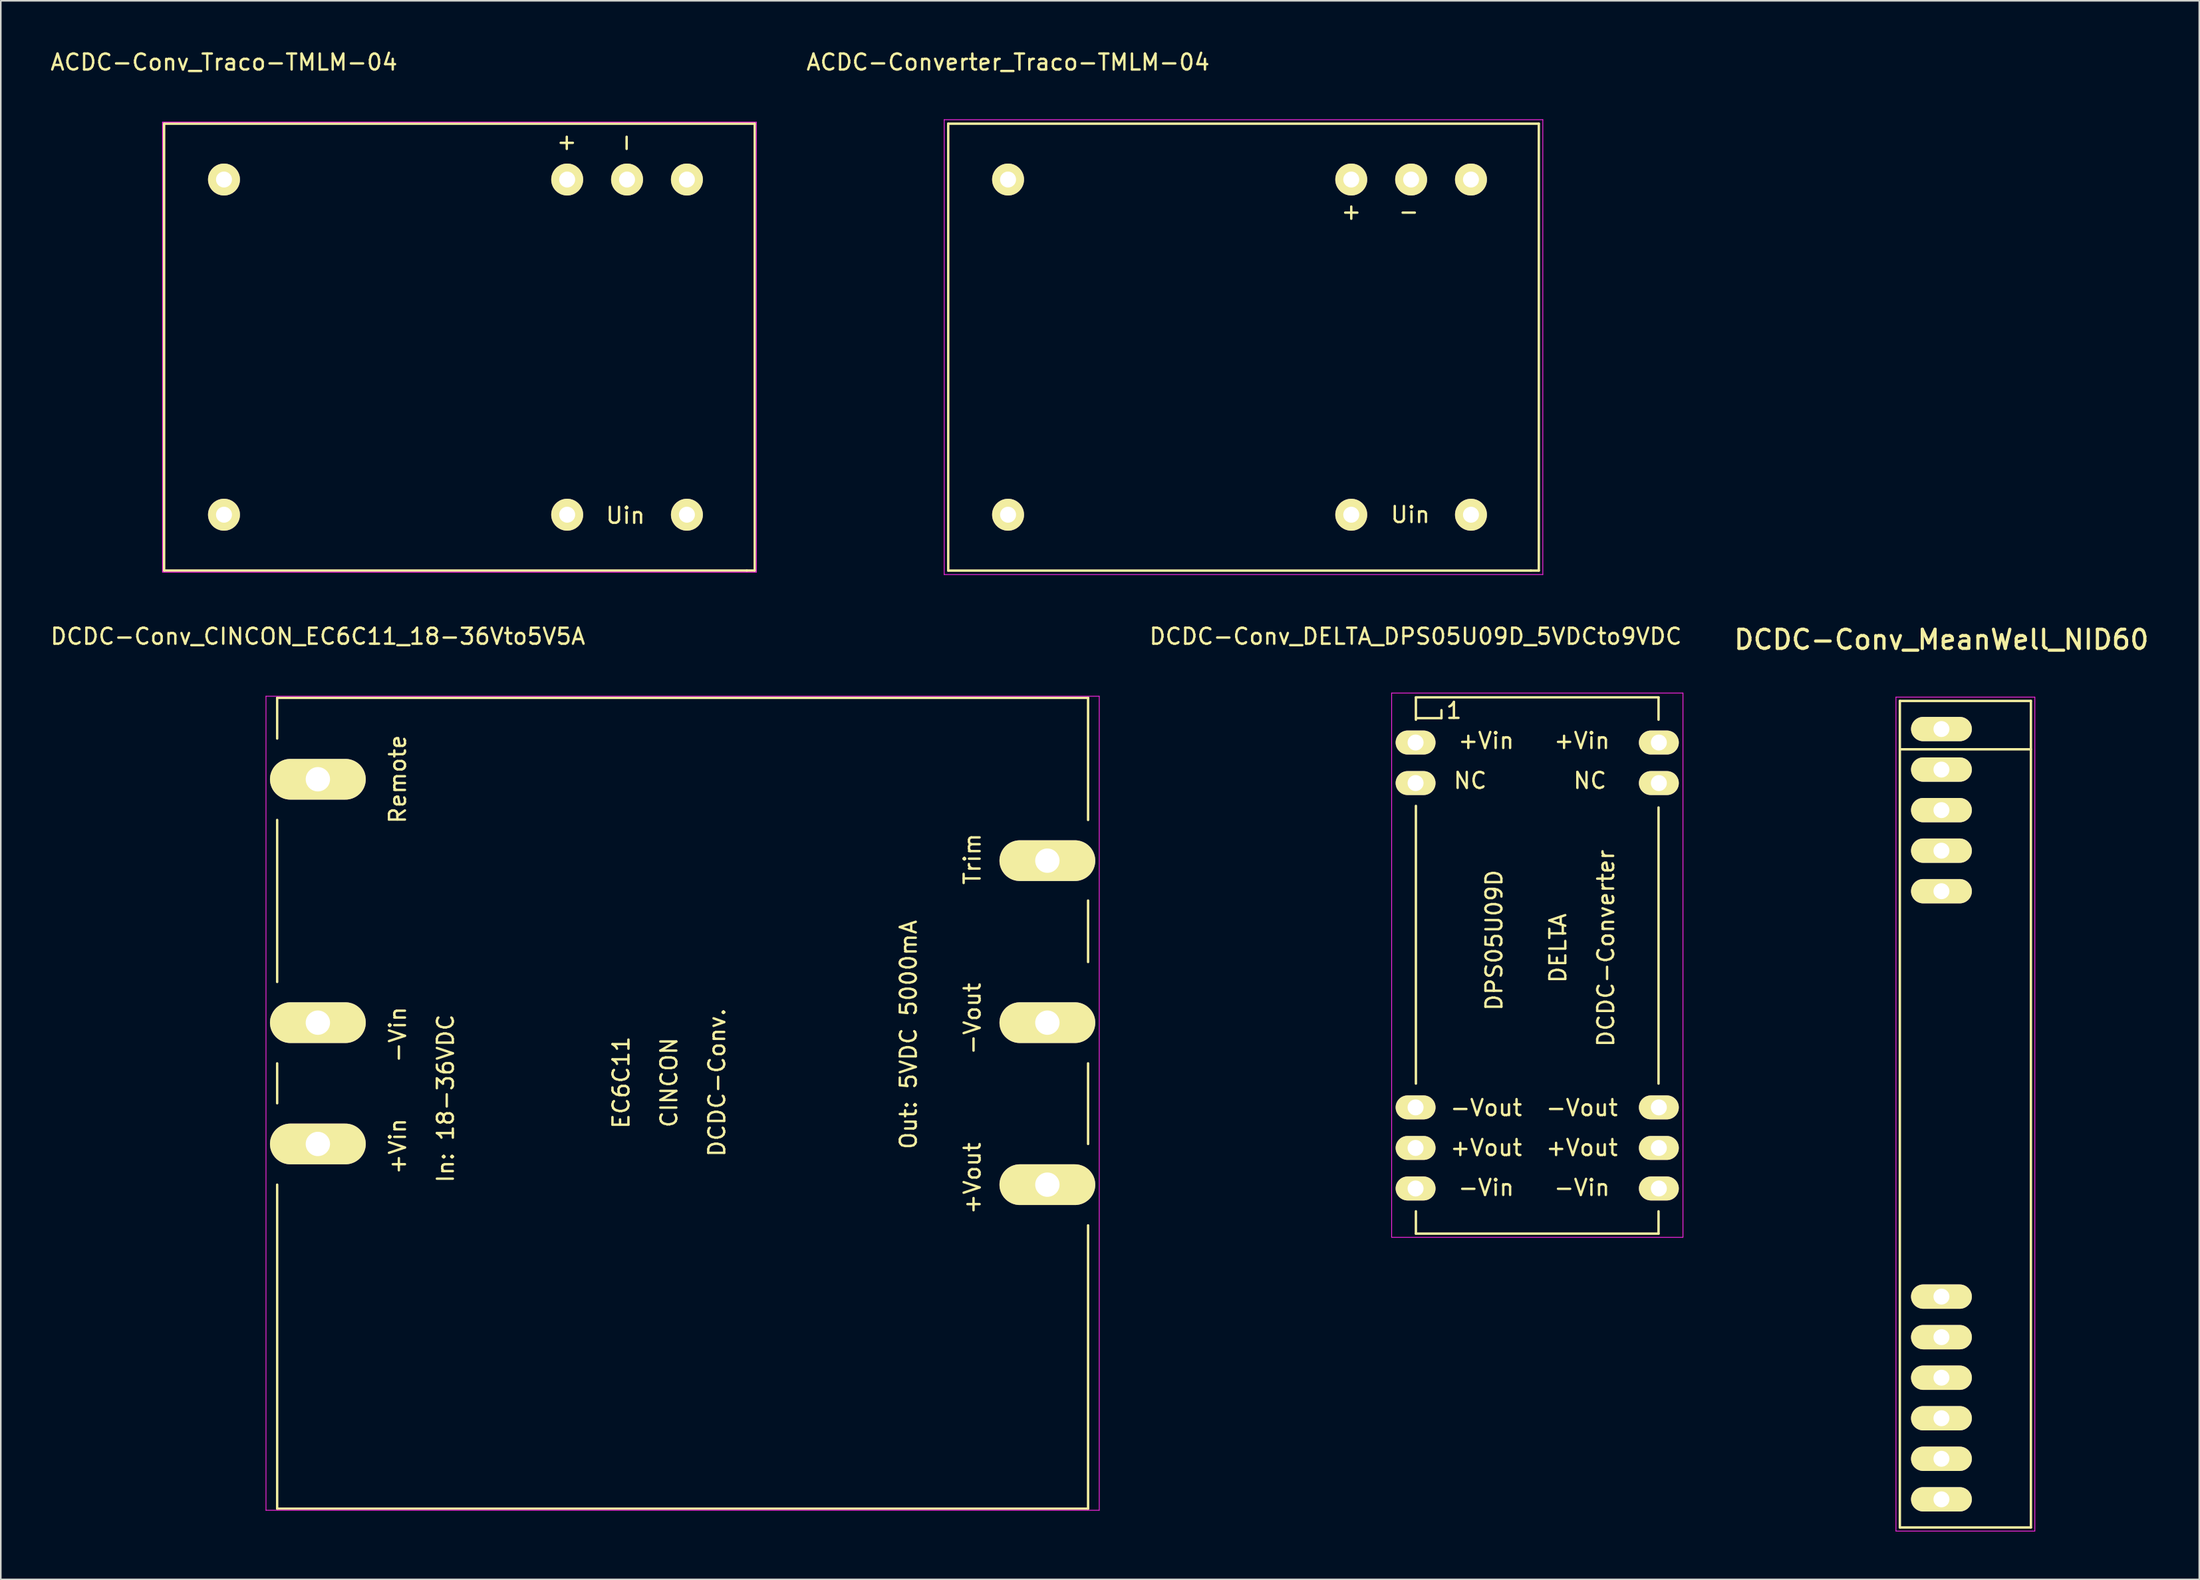
<source format=kicad_pcb>
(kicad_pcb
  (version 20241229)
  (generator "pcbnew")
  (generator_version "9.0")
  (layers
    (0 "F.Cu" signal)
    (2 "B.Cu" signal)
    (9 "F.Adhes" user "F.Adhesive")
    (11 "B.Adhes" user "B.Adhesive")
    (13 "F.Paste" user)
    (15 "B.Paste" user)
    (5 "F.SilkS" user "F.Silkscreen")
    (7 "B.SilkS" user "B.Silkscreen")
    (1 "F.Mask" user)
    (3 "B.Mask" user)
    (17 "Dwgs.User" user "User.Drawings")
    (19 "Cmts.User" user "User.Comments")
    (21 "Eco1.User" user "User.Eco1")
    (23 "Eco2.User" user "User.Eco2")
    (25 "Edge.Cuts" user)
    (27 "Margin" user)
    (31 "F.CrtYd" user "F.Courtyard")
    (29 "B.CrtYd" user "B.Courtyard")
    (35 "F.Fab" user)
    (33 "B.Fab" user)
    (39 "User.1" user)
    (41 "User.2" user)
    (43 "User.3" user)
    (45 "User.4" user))
  (footprint "ACDC-Converter_Traco-TMLM-04"
    (layer "F.Cu")
    (at 60.101 8.198)
    (property "Reference" "ACDC-Converter_Traco-TMLM-04" (at 0 -7.35 0) (layer "F.SilkS") (effects (font (size 1 1) (thickness 0.15))))
    (attr through_hole)
    (fp_line (start -3.749 -3.5) (end -3.749 24.501) (stroke (width 0.15) (type solid)) (layer "F.SilkS"))
    (fp_line (start -3.749 24.501) (end 32.751 24.501) (stroke (width 0.15) (type solid)) (layer "F.SilkS"))
    (fp_line (start 32.751 24.501) (end 33.249 24.501) (stroke (width 0.15) (type solid)) (layer "F.SilkS"))
    (fp_line (start 33.249 -3.5) (end -3.749 -3.5) (stroke (width 0.15) (type solid)) (layer "F.SilkS"))
    (fp_line (start 33.249 24.501) (end 33.249 -3.5) (stroke (width 0.15) (type solid)) (layer "F.SilkS"))
    (fp_line (start -4 -3.75) (end -4 24.75) (stroke (width 0.05) (type solid)) (layer "F.CrtYd"))
    (fp_line (start -4 -3.75) (end 33.5 -3.75) (stroke (width 0.05) (type solid)) (layer "F.CrtYd"))
    (fp_line (start -4 24.75) (end 33.5 24.75) (stroke (width 0.05) (type solid)) (layer "F.CrtYd"))
    (fp_line (start 33.5 -3.75) (end 33.5 24.75) (stroke (width 0.05) (type solid)) (layer "F.CrtYd"))
    (fp_text user "Uin" (at 25.2 21 0) (layer "F.SilkS") (effects (font (size 1 1) (thickness 0.15))))
    (fp_text user "+" (at 21.5 2 0) (layer "F.SilkS") (effects (font (size 1 1) (thickness 0.15))))
    (fp_text user "-" (at 25.1 2 0) (layer "F.SilkS") (effects (font (size 1 1) (thickness 0.15))))
    (pad "1" thru_hole circle (at 0 0) (size 1.999 1.999) (drill 1.001) (layers "*.Cu" "*.Mask" "F.SilkS"))
    (pad "2" thru_hole circle (at 21.499 0) (size 1.999 1.999) (drill 1.001) (layers "*.Cu" "*.Mask" "F.SilkS"))
    (pad "3" thru_hole circle (at 25.25 0) (size 1.999 1.999) (drill 1.001) (layers "*.Cu" "*.Mask" "F.SilkS"))
    (pad "4" thru_hole circle (at 28.999 0) (size 1.999 1.999) (drill 1.001) (layers "*.Cu" "*.Mask" "F.SilkS"))
    (pad "5" thru_hole circle (at 28.999 21.001) (size 1.999 1.999) (drill 1.001) (layers "*.Cu" "*.Mask" "F.SilkS"))
    (pad "6" thru_hole circle (at 21.499 21.001) (size 1.999 1.999) (drill 1.001) (layers "*.Cu" "*.Mask" "F.SilkS"))
    (pad "7" thru_hole circle (at 0 21.001) (size 1.999 1.999) (drill 1.001) (layers "*.Cu" "*.Mask" "F.SilkS")))
  (footprint "DCDC-Conv_DELTA_DPS05U09D_5VDCto9VDC"
    (layer "F.Cu")
    (at 85.63 43.471)
    (property "Reference" "DCDC-Conv_DELTA_DPS05U09D_5VDCto9VDC" (at 0 -6.65 0) (layer "F.SilkS") (effects (font (size 1 1) (thickness 0.15))))
    (attr through_hole)
    (fp_line (start 0.02 -1.43) (end 0.02 -2.83) (stroke (width 0.15) (type solid)) (layer "F.SilkS"))
    (fp_line (start 0.02 21.369) (end 0.02 3.97) (stroke (width 0.15) (type solid)) (layer "F.SilkS"))
    (fp_line (start 0.02 30.77) (end 0.02 29.37) (stroke (width 0.15) (type solid)) (layer "F.SilkS"))
    (fp_line (start 0.02 30.77) (end 15.22 30.77) (stroke (width 0.15) (type solid)) (layer "F.SilkS"))
    (fp_line (start 1.621 -2.03) (end 1.621 -1.529) (stroke (width 0.15) (type solid)) (layer "F.SilkS"))
    (fp_line (start 1.621 -1.529) (end 0.119 -1.529) (stroke (width 0.15) (type solid)) (layer "F.SilkS"))
    (fp_line (start 9.221 11.47) (end 9.221 11.97) (stroke (width 0.15) (type solid)) (layer "F.SilkS"))
    (fp_line (start 15.22 -2.83) (end 0.02 -2.83) (stroke (width 0.15) (type solid)) (layer "F.SilkS"))
    (fp_line (start 15.22 -2.83) (end 15.22 -1.43) (stroke (width 0.15) (type solid)) (layer "F.SilkS"))
    (fp_line (start 15.22 4.069) (end 15.22 21.369) (stroke (width 0.15) (type solid)) (layer "F.SilkS"))
    (fp_line (start 15.22 29.37) (end 15.22 30.77) (stroke (width 0.15) (type solid)) (layer "F.SilkS"))
    (fp_line (start -1.5 -3.1) (end -1.5 31) (stroke (width 0.05) (type solid)) (layer "F.CrtYd"))
    (fp_line (start -1.5 -3.1) (end 16.75 -3.1) (stroke (width 0.05) (type solid)) (layer "F.CrtYd"))
    (fp_line (start -1.5 31) (end 16.75 31) (stroke (width 0.05) (type solid)) (layer "F.CrtYd"))
    (fp_line (start 16.75 -3.1) (end 16.75 31) (stroke (width 0.05) (type solid)) (layer "F.CrtYd"))
    (fp_text user "DCDC-Converter" (at 11.922 12.885 270) (layer "F.SilkS") (effects (font (size 1 1) (thickness 0.15))))
    (fp_text user "-Vout" (at 10.421 22.885 0) (layer "F.SilkS") (effects (font (size 1 1) (thickness 0.15))))
    (fp_text user "DELTA" (at 8.922 12.885 270) (layer "F.SilkS") (effects (font (size 1 1) (thickness 0.15))))
    (fp_text user "+Vout" (at 4.421 25.387 0) (layer "F.SilkS") (effects (font (size 1 1) (thickness 0.15))))
    (fp_text user "NC" (at 10.921 2.385 0) (layer "F.SilkS") (effects (font (size 1 1) (thickness 0.15))))
    (fp_text user "NC" (at 3.42 2.385 0) (layer "F.SilkS") (effects (font (size 1 1) (thickness 0.15))))
    (fp_text user "+Vout" (at 10.421 25.387 0) (layer "F.SilkS") (effects (font (size 1 1) (thickness 0.15))))
    (fp_text user "-Vin" (at 4.421 27.886 0) (layer "F.SilkS") (effects (font (size 1 1) (thickness 0.15))))
    (fp_text user "+Vin" (at 10.421 -0.115 0) (layer "F.SilkS") (effects (font (size 1 1) (thickness 0.15))))
    (fp_text user "-Vin" (at 10.421 27.886 0) (layer "F.SilkS") (effects (font (size 1 1) (thickness 0.15))))
    (fp_text user "1" (at 2.4 -2 0) (layer "F.SilkS") (effects (font (size 1 1) (thickness 0.15))))
    (fp_text user "+Vin" (at 4.421 -0.115 0) (layer "F.SilkS") (effects (font (size 1 1) (thickness 0.15))))
    (fp_text user "-Vout" (at 4.421 22.885 0) (layer "F.SilkS") (effects (font (size 1 1) (thickness 0.15))))
    (fp_text user "DPS05U09D" (at 4.921 12.385 270) (layer "F.SilkS") (effects (font (size 1 1) (thickness 0.15))))
    (pad "1" thru_hole oval (at 0 0) (size 2.499 1.501) (drill 1.001) (layers "*.Cu" "*.Mask" "F.SilkS"))
    (pad "2" thru_hole oval (at 0 2.54) (size 2.499 1.501) (drill 1.001) (layers "*.Cu" "*.Mask" "F.SilkS"))
    (pad "10" thru_hole oval (at 0 22.86) (size 2.499 1.501) (drill 1.001) (layers "*.Cu" "*.Mask" "F.SilkS"))
    (pad "11" thru_hole oval (at 0 25.4) (size 2.499 1.501) (drill 1.001) (layers "*.Cu" "*.Mask" "F.SilkS"))
    (pad "12" thru_hole oval (at 0 27.94) (size 2.499 1.501) (drill 1.001) (layers "*.Cu" "*.Mask" "F.SilkS"))
    (pad "13" thru_hole oval (at 15.24 27.94) (size 2.499 1.501) (drill 1.001) (layers "*.Cu" "*.Mask" "F.SilkS"))
    (pad "14" thru_hole oval (at 15.24 25.4) (size 2.499 1.501) (drill 1.001) (layers "*.Cu" "*.Mask" "F.SilkS"))
    (pad "15" thru_hole oval (at 15.24 22.86) (size 2.499 1.501) (drill 1.001) (layers "*.Cu" "*.Mask" "F.SilkS"))
    (pad "23" thru_hole oval (at 15.24 2.54) (size 2.499 1.501) (drill 1.001) (layers "*.Cu" "*.Mask" "F.SilkS"))
    (pad "24" thru_hole oval (at 15.24 0) (size 2.499 1.501) (drill 1.001) (layers "*.Cu" "*.Mask" "F.SilkS")))
  (footprint "DCDC-Conv_CINCON_EC6C11_18-36Vto5V5A"
    (layer "F.Cu")
    (at 16.863 45.772)
    (property "Reference" "DCDC-Conv_CINCON_EC6C11_18-36Vto5V5A" (at 0 -8.95 0) (layer "F.SilkS") (effects (font (size 1 1) (thickness 0.15))))
    (attr through_hole)
    (fp_line (start -2.55 -5.1) (end 48.25 -5.1) (stroke (width 0.15) (type solid)) (layer "F.SilkS"))
    (fp_line (start -2.55 -2.55) (end -2.55 -5.1) (stroke (width 0.15) (type solid)) (layer "F.SilkS"))
    (fp_line (start -2.55 12.7) (end -2.55 2.55) (stroke (width 0.15) (type solid)) (layer "F.SilkS"))
    (fp_line (start -2.55 20.3) (end -2.55 17.8) (stroke (width 0.15) (type solid)) (layer "F.SilkS"))
    (fp_line (start -2.55 45.7) (end -2.55 25.4) (stroke (width 0.15) (type solid)) (layer "F.SilkS"))
    (fp_line (start 48.25 2.55) (end 48.25 -5.1) (stroke (width 0.15) (type solid)) (layer "F.SilkS"))
    (fp_line (start 48.25 11.45) (end 48.25 7.6) (stroke (width 0.15) (type solid)) (layer "F.SilkS"))
    (fp_line (start 48.25 22.85) (end 48.25 17.8) (stroke (width 0.15) (type solid)) (layer "F.SilkS"))
    (fp_line (start 48.25 45.7) (end -2.55 45.7) (stroke (width 0.15) (type solid)) (layer "F.SilkS"))
    (fp_line (start 48.25 45.7) (end 48.25 27.95) (stroke (width 0.15) (type solid)) (layer "F.SilkS"))
    (fp_line (start -3.25 -5.2) (end -3.25 45.8) (stroke (width 0.05) (type solid)) (layer "F.CrtYd"))
    (fp_line (start -3.25 -5.2) (end 48.95 -5.2) (stroke (width 0.05) (type solid)) (layer "F.CrtYd"))
    (fp_line (start -3.25 45.8) (end 48.95 45.8) (stroke (width 0.05) (type solid)) (layer "F.CrtYd"))
    (fp_line (start 48.95 -5.2) (end 48.95 45.8) (stroke (width 0.05) (type solid)) (layer "F.CrtYd"))
    (fp_text user "-Vout" (at 41 15 270) (layer "F.SilkS") (effects (font (size 1 1) (thickness 0.15))))
    (fp_text user "In: 18-36VDC" (at 8 20 270) (layer "F.SilkS") (effects (font (size 1 1) (thickness 0.15))))
    (fp_text user "EC6C11" (at 19 19 270) (layer "F.SilkS") (effects (font (size 1 1) (thickness 0.15))))
    (fp_text user "Out: 5VDC 5000mA" (at 37 16 270) (layer "F.SilkS") (effects (font (size 1 1) (thickness 0.15))))
    (fp_text user "+Vout" (at 41 25 270) (layer "F.SilkS") (effects (font (size 1 1) (thickness 0.15))))
    (fp_text user "DCDC-Conv." (at 25 19 270) (layer "F.SilkS") (effects (font (size 1 1) (thickness 0.15))))
    (fp_text user "Remote" (at 5 0 90) (layer "F.SilkS") (effects (font (size 1 1) (thickness 0.15))))
    (fp_text user "CINCON" (at 22 19 270) (layer "F.SilkS") (effects (font (size 1 1) (thickness 0.15))))
    (fp_text user "+Vin" (at 5 23 270) (layer "F.SilkS") (effects (font (size 1 1) (thickness 0.15))))
    (fp_text user "-Vin" (at 5 16 270) (layer "F.SilkS") (effects (font (size 1 1) (thickness 0.15))))
    (fp_text user "Trim" (at 41 5 90) (layer "F.SilkS") (effects (font (size 1 1) (thickness 0.15))))
    (pad "1" thru_hole oval (at 0 0) (size 6 2.55) (drill 1.524) (layers "*.Cu" "*.Mask" "F.SilkS"))
    (pad "3" thru_hole oval (at 0 15.25) (size 6 2.55) (drill 1.524) (layers "*.Cu" "*.Mask" "F.SilkS"))
    (pad "4" thru_hole oval (at 0 22.85) (size 6 2.55) (drill 1.524) (layers "*.Cu" "*.Mask" "F.SilkS"))
    (pad "5" thru_hole oval (at 45.7 5.1) (size 6 2.55) (drill 1.524) (layers "*.Cu" "*.Mask" "F.SilkS"))
    (pad "6" thru_hole oval (at 45.7 15.25) (size 6 2.55) (drill 1.524) (layers "*.Cu" "*.Mask" "F.SilkS"))
    (pad "7" thru_hole oval (at 45.7 25.4) (size 6 2.55) (drill 1.524) (layers "*.Cu" "*.Mask" "F.SilkS")))
  (footprint "DCDC-Conv_MeanWell_NID60"
    (layer "F.Cu")
    (at 118.573 42.626)
    (property "Reference" "DCDC-Conv_MeanWell_NID60" (at 0 -5.6 0) (layer "F.SilkS") (effects (font (size 1.2 1.2) (thickness 0.2))))
    (attr through_hole)
    (fp_line (start -2.605 -1.762) (end 5.6 -1.762) (stroke (width 0.15) (type solid)) (layer "F.SilkS"))
    (fp_line (start -2.605 1.27) (end 5.6 1.27) (stroke (width 0.15) (type solid)) (layer "F.SilkS"))
    (fp_line (start -2.605 50.022) (end -2.605 -1.762) (stroke (width 0.15) (type solid)) (layer "F.SilkS"))
    (fp_line (start 5.6 50.022) (end -2.605 50.022) (stroke (width 0.15) (type solid)) (layer "F.SilkS"))
    (fp_line (start 5.605 -1.762) (end 5.605 50.022) (stroke (width 0.15) (type solid)) (layer "F.SilkS"))
    (fp_line (start -2.85 -2) (end -2.85 50.25) (stroke (width 0.05) (type solid)) (layer "F.CrtYd"))
    (fp_line (start -2.85 -2) (end 5.85 -2) (stroke (width 0.05) (type solid)) (layer "F.CrtYd"))
    (fp_line (start -2.85 50.25) (end 5.85 50.25) (stroke (width 0.05) (type solid)) (layer "F.CrtYd"))
    (fp_line (start 5.85 -2) (end 5.85 50.25) (stroke (width 0.05) (type solid)) (layer "F.CrtYd"))
    (pad "1" thru_hole oval (at 0 0) (size 3.81 1.524) (drill 1) (layers "*.Cu" "*.Mask" "F.SilkS"))
    (pad "2" thru_hole oval (at 0 2.54) (size 3.81 1.524) (drill 1) (layers "*.Cu" "*.Mask" "F.SilkS"))
    (pad "3" thru_hole oval (at 0 5.08) (size 3.81 1.524) (drill 1) (layers "*.Cu" "*.Mask" "F.SilkS"))
    (pad "4" thru_hole oval (at 0 7.62) (size 3.81 1.524) (drill 1) (layers "*.Cu" "*.Mask" "F.SilkS"))
    (pad "5" thru_hole oval (at 0 10.16) (size 3.81 1.524) (drill 1) (layers "*.Cu" "*.Mask" "F.SilkS"))
    (pad "6" thru_hole oval (at 0 35.56) (size 3.81 1.524) (drill 1) (layers "*.Cu" "*.Mask" "F.SilkS"))
    (pad "7" thru_hole oval (at 0 38.1) (size 3.81 1.524) (drill 1) (layers "*.Cu" "*.Mask" "F.SilkS"))
    (pad "8" thru_hole oval (at 0 40.64) (size 3.81 1.524) (drill 1) (layers "*.Cu" "*.Mask" "F.SilkS"))
    (pad "9" thru_hole oval (at 0 43.18) (size 3.81 1.524) (drill 1) (layers "*.Cu" "*.Mask" "F.SilkS"))
    (pad "10" thru_hole oval (at 0 45.72) (size 3.81 1.524) (drill 1) (layers "*.Cu" "*.Mask" "F.SilkS"))
    (pad "11" thru_hole oval (at 0 48.26) (size 3.81 1.524) (drill 1) (layers "*.Cu" "*.Mask" "F.SilkS")))
  (footprint "ACDC-Conv_Traco-TMLM-04"
    (layer "F.Cu")
    (at 10.982 8.198)
    (property "Reference" "ACDC-Conv_Traco-TMLM-04" (at 0 -7.35 0) (layer "F.SilkS") (effects (font (size 1 1) (thickness 0.15))))
    (attr through_hole)
    (fp_line (start -3.75 -3.5) (end -3.75 24.5) (stroke (width 0.15) (type solid)) (layer "F.SilkS"))
    (fp_line (start -3.75 24.5) (end 32.75 24.5) (stroke (width 0.15) (type solid)) (layer "F.SilkS"))
    (fp_line (start 32.75 24.5) (end 33.25 24.5) (stroke (width 0.15) (type solid)) (layer "F.SilkS"))
    (fp_line (start 33.25 -3.5) (end -3.75 -3.5) (stroke (width 0.15) (type solid)) (layer "F.SilkS"))
    (fp_line (start 33.25 24.5) (end 33.25 -3.5) (stroke (width 0.15) (type solid)) (layer "F.SilkS"))
    (fp_line (start -3.85 -3.6) (end -3.85 24.6) (stroke (width 0.05) (type solid)) (layer "F.CrtYd"))
    (fp_line (start -3.85 -3.6) (end 33.35 -3.6) (stroke (width 0.05) (type solid)) (layer "F.CrtYd"))
    (fp_line (start -3.85 24.6) (end 33.35 24.6) (stroke (width 0.05) (type solid)) (layer "F.CrtYd"))
    (fp_line (start 33.35 -3.6) (end 33.35 24.6) (stroke (width 0.05) (type solid)) (layer "F.CrtYd"))
    (fp_text user "+" (at 21.4 -2.3 90) (layer "F.SilkS") (effects (font (size 1 1) (thickness 0.15))))
    (fp_text user "-" (at 25.15 -2.3 90) (layer "F.SilkS") (effects (font (size 1 1) (thickness 0.15))))
    (fp_text user "Uin" (at 25.15 21.05 0) (layer "F.SilkS") (effects (font (size 1 1) (thickness 0.15))))
    (pad "1" thru_hole circle (at 0 0) (size 2 2) (drill 1.001) (layers "*.Cu" "*.Mask" "F.SilkS"))
    (pad "2" thru_hole circle (at 21.5 0) (size 2 2) (drill 1.001) (layers "*.Cu" "*.Mask" "F.SilkS"))
    (pad "3" thru_hole circle (at 25.25 0) (size 2 2) (drill 1.001) (layers "*.Cu" "*.Mask" "F.SilkS"))
    (pad "4" thru_hole circle (at 29 0) (size 2 2) (drill 1.001) (layers "*.Cu" "*.Mask" "F.SilkS"))
    (pad "5" thru_hole circle (at 29 21) (size 2 2) (drill 1.001) (layers "*.Cu" "*.Mask" "F.SilkS"))
    (pad "6" thru_hole circle (at 21.5 21) (size 2 2) (drill 1.001) (layers "*.Cu" "*.Mask" "F.SilkS"))
    (pad "7" thru_hole circle (at 0 21) (size 2 2) (drill 1.001) (layers "*.Cu" "*.Mask" "F.SilkS")))
  (gr_rect
    (start -3 -3)
    (end 134.724 95.901)
    (stroke (width 0.1) (type default))
    (fill no)
    (layer "Edge.Cuts")))
</source>
